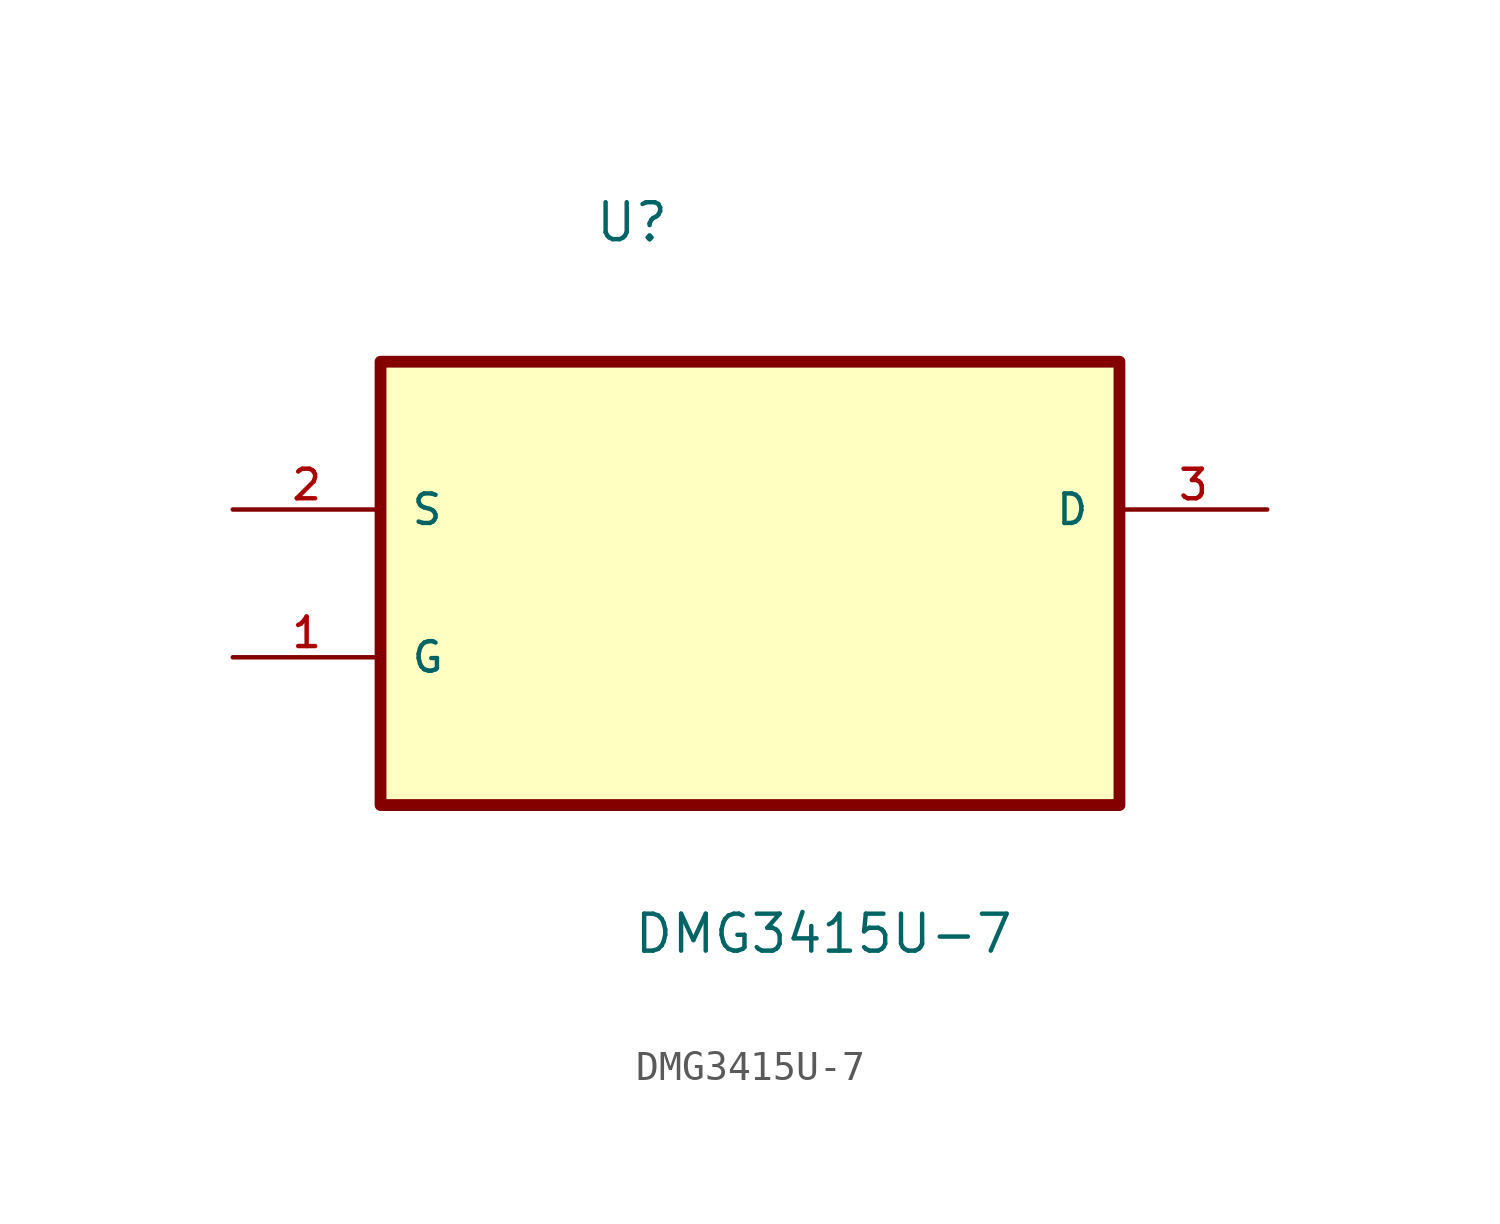
<source format=kicad_sym>
(kicad_symbol_lib
  (version 20231120)
  (generator "kicad_symbol_editor")
  (generator_version "8.0")
  (symbol "DMG3415U-7"
    (pin_names
      (offset 1.016))
    (property "Reference" "U"
      (at -5.366 9.129 0)
      (effects (font (size 1.27 1.27)) (justify left bottom)))
    (property "Value" "DMG3415U-7"
      (at -4.041 -15.327 0)
      (effects (font (size 1.27 1.27)) (justify left bottom)))
    (symbol "DMG3415U-7_0_0"
      (rectangle (start -12.7 -10.16) (end 12.7 5.08) (stroke (width 0.406) (type default)) (fill (type background)))
      (pin power_in line (at -17.78 -5.08 0) (length 5.08) (name "G" (effects (font (size 1.016 1.016)))) (number "1" (effects (font (size 1.016 1.016)))))
      (pin passive line (at -17.78 0 0) (length 5.08) (name "S" (effects (font (size 1.016 1.016)))) (number "2" (effects (font (size 1.016 1.016)))))
      (pin output line (at 17.78 0 180) (length 5.08) (name "D" (effects (font (size 1.016 1.016)))) (number "3" (effects (font (size 1.016 1.016))))))))
</source>
